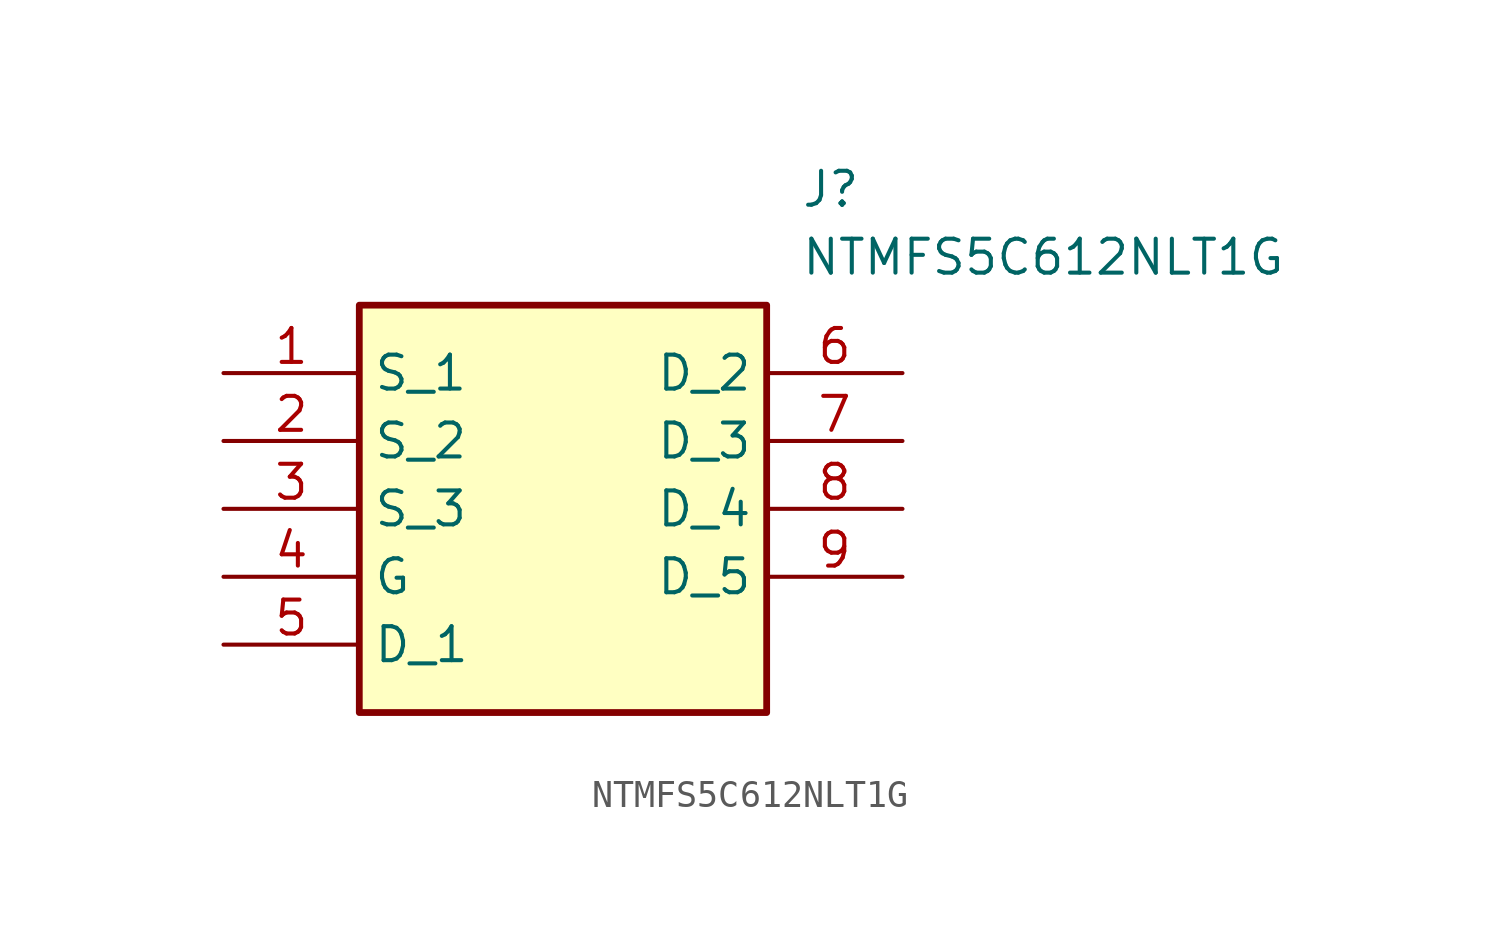
<source format=kicad_sym>
(kicad_symbol_lib
  (version 20211014)
  (generator SamacSys_ECAD_Model)
  (symbol "NTMFS5C612NLT1G"
    (property "Reference" "J"
      (at 21.59 7.62 0)
      (effects (font (size 1.27 1.27)) (justify left top)))
    (property "Value" "NTMFS5C612NLT1G"
      (at 21.59 5.08 0)
      (effects (font (size 1.27 1.27)) (justify left top)))
    (rectangle
      (start 5.08 2.54)
      (end 20.32 -12.7)
      (stroke (width 0.254) (type default))
      (fill (type background)))
    (pin passive line
      (at 0 0 0)
      (length 5.08)
      (name "S_1" (effects (font (size 1.27 1.27))))
      (number "1" (effects (font (size 1.27 1.27)))))
    (pin passive line
      (at 0 -2.54 0)
      (length 5.08)
      (name "S_2" (effects (font (size 1.27 1.27))))
      (number "2" (effects (font (size 1.27 1.27)))))
    (pin passive line
      (at 0 -5.08 0)
      (length 5.08)
      (name "S_3" (effects (font (size 1.27 1.27))))
      (number "3" (effects (font (size 1.27 1.27)))))
    (pin passive line
      (at 0 -7.62 0)
      (length 5.08)
      (name "G" (effects (font (size 1.27 1.27))))
      (number "4" (effects (font (size 1.27 1.27)))))
    (pin passive line
      (at 0 -10.16 0)
      (length 5.08)
      (name "D_1" (effects (font (size 1.27 1.27))))
      (number "5" (effects (font (size 1.27 1.27)))))
    (pin passive line
      (at 25.4 0 180)
      (length 5.08)
      (name "D_2" (effects (font (size 1.27 1.27))))
      (number "6" (effects (font (size 1.27 1.27)))))
    (pin passive line
      (at 25.4 -2.54 180)
      (length 5.08)
      (name "D_3" (effects (font (size 1.27 1.27))))
      (number "7" (effects (font (size 1.27 1.27)))))
    (pin passive line
      (at 25.4 -5.08 180)
      (length 5.08)
      (name "D_4" (effects (font (size 1.27 1.27))))
      (number "8" (effects (font (size 1.27 1.27)))))
    (pin passive line
      (at 25.4 -7.62 180)
      (length 5.08)
      (name "D_5" (effects (font (size 1.27 1.27))))
      (number "9" (effects (font (size 1.27 1.27)))))))
</source>
